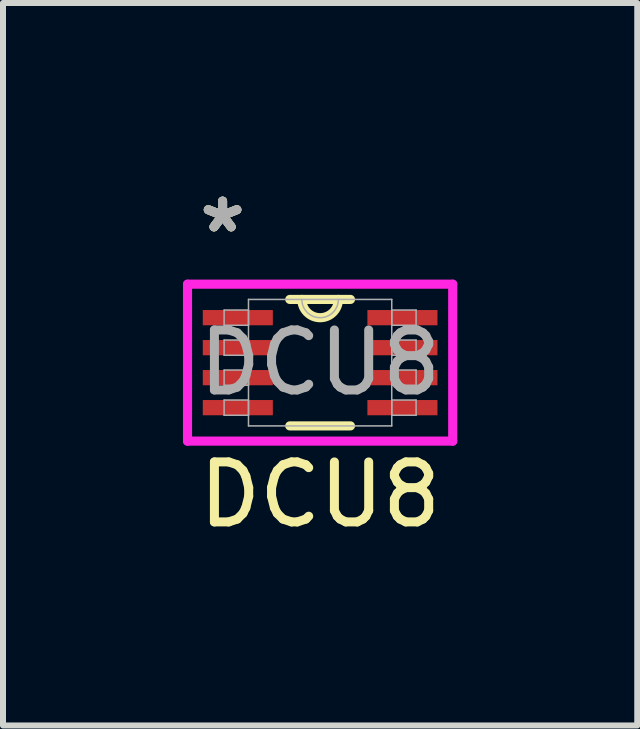
<source format=kicad_pcb>
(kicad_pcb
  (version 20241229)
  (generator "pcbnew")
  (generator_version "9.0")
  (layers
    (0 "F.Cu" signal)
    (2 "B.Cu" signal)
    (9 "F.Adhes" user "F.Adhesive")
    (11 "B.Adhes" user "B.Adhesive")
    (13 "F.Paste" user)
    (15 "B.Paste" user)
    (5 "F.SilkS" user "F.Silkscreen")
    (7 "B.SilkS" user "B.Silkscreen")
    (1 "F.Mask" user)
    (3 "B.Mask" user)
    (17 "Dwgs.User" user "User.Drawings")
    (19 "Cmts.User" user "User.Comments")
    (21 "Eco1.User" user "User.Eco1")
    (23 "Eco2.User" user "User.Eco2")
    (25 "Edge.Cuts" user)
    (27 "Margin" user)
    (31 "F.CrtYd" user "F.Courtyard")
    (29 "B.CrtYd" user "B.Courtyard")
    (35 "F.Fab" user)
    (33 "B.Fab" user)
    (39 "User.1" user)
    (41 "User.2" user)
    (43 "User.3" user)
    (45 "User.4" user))
  (footprint "DCU8"
    (layer "F.Cu")
    (at 2.286 2.995)
    (property "Reference" "DCU8" (at 0 2.2 0) (unlocked yes) (layer "F.SilkS") (effects (font (size 1 1) (thickness 0.15))))
    (attr smd)
    (fp_line (start -0.506 1.054) (end 0.506 1.054) (stroke (width 0.152) (type solid)) (layer "F.SilkS"))
    (fp_line (start 0.506 -1.054) (end -0.506 -1.054) (stroke (width 0.152) (type solid)) (layer "F.SilkS"))
    (fp_arc (start 0.3048 -1.0541) (mid 0 -0.7493) (end -0.3048 -1.0541) (stroke (width 0.1524) (type solid)) (layer "F.SilkS"))
    (fp_line (start -2.21 -1.308) (end 2.21 -1.308) (stroke (width 0.152) (type solid)) (layer "F.CrtYd"))
    (fp_line (start -2.21 1.308) (end -2.21 -1.308) (stroke (width 0.152) (type solid)) (layer "F.CrtYd"))
    (fp_line (start 2.21 -1.308) (end 2.21 1.308) (stroke (width 0.152) (type solid)) (layer "F.CrtYd"))
    (fp_line (start 2.21 1.308) (end -2.21 1.308) (stroke (width 0.152) (type solid)) (layer "F.CrtYd"))
    (fp_line (start -1.6 -0.877) (end -1.6 -0.623) (stroke (width 0.025) (type solid)) (layer "F.Fab"))
    (fp_line (start -1.6 -0.623) (end -1.194 -0.623) (stroke (width 0.025) (type solid)) (layer "F.Fab"))
    (fp_line (start -1.6 -0.377) (end -1.6 -0.123) (stroke (width 0.025) (type solid)) (layer "F.Fab"))
    (fp_line (start -1.6 -0.123) (end -1.194 -0.123) (stroke (width 0.025) (type solid)) (layer "F.Fab"))
    (fp_line (start -1.6 0.123) (end -1.6 0.377) (stroke (width 0.025) (type solid)) (layer "F.Fab"))
    (fp_line (start -1.6 0.377) (end -1.194 0.377) (stroke (width 0.025) (type solid)) (layer "F.Fab"))
    (fp_line (start -1.6 0.623) (end -1.6 0.877) (stroke (width 0.025) (type solid)) (layer "F.Fab"))
    (fp_line (start -1.6 0.877) (end -1.194 0.877) (stroke (width 0.025) (type solid)) (layer "F.Fab"))
    (fp_line (start -1.194 -1.054) (end -1.194 1.054) (stroke (width 0.025) (type solid)) (layer "F.Fab"))
    (fp_line (start -1.194 -0.877) (end -1.6 -0.877) (stroke (width 0.025) (type solid)) (layer "F.Fab"))
    (fp_line (start -1.194 -0.623) (end -1.194 -0.877) (stroke (width 0.025) (type solid)) (layer "F.Fab"))
    (fp_line (start -1.194 -0.377) (end -1.6 -0.377) (stroke (width 0.025) (type solid)) (layer "F.Fab"))
    (fp_line (start -1.194 -0.123) (end -1.194 -0.377) (stroke (width 0.025) (type solid)) (layer "F.Fab"))
    (fp_line (start -1.194 0.123) (end -1.6 0.123) (stroke (width 0.025) (type solid)) (layer "F.Fab"))
    (fp_line (start -1.194 0.377) (end -1.194 0.123) (stroke (width 0.025) (type solid)) (layer "F.Fab"))
    (fp_line (start -1.194 0.623) (end -1.6 0.623) (stroke (width 0.025) (type solid)) (layer "F.Fab"))
    (fp_line (start -1.194 0.877) (end -1.194 0.623) (stroke (width 0.025) (type solid)) (layer "F.Fab"))
    (fp_line (start -1.194 1.054) (end 1.194 1.054) (stroke (width 0.025) (type solid)) (layer "F.Fab"))
    (fp_line (start 1.194 -1.054) (end -1.194 -1.054) (stroke (width 0.025) (type solid)) (layer "F.Fab"))
    (fp_line (start 1.194 -0.877) (end 1.194 -0.623) (stroke (width 0.025) (type solid)) (layer "F.Fab"))
    (fp_line (start 1.194 -0.623) (end 1.6 -0.623) (stroke (width 0.025) (type solid)) (layer "F.Fab"))
    (fp_line (start 1.194 -0.377) (end 1.194 -0.123) (stroke (width 0.025) (type solid)) (layer "F.Fab"))
    (fp_line (start 1.194 -0.123) (end 1.6 -0.123) (stroke (width 0.025) (type solid)) (layer "F.Fab"))
    (fp_line (start 1.194 0.123) (end 1.194 0.377) (stroke (width 0.025) (type solid)) (layer "F.Fab"))
    (fp_line (start 1.194 0.377) (end 1.6 0.377) (stroke (width 0.025) (type solid)) (layer "F.Fab"))
    (fp_line (start 1.194 0.623) (end 1.194 0.877) (stroke (width 0.025) (type solid)) (layer "F.Fab"))
    (fp_line (start 1.194 0.877) (end 1.6 0.877) (stroke (width 0.025) (type solid)) (layer "F.Fab"))
    (fp_line (start 1.194 1.054) (end 1.194 -1.054) (stroke (width 0.025) (type solid)) (layer "F.Fab"))
    (fp_line (start 1.6 -0.877) (end 1.194 -0.877) (stroke (width 0.025) (type solid)) (layer "F.Fab"))
    (fp_line (start 1.6 -0.623) (end 1.6 -0.877) (stroke (width 0.025) (type solid)) (layer "F.Fab"))
    (fp_line (start 1.6 -0.377) (end 1.194 -0.377) (stroke (width 0.025) (type solid)) (layer "F.Fab"))
    (fp_line (start 1.6 -0.123) (end 1.6 -0.377) (stroke (width 0.025) (type solid)) (layer "F.Fab"))
    (fp_line (start 1.6 0.123) (end 1.194 0.123) (stroke (width 0.025) (type solid)) (layer "F.Fab"))
    (fp_line (start 1.6 0.377) (end 1.6 0.123) (stroke (width 0.025) (type solid)) (layer "F.Fab"))
    (fp_line (start 1.6 0.623) (end 1.194 0.623) (stroke (width 0.025) (type solid)) (layer "F.Fab"))
    (fp_line (start 1.6 0.877) (end 1.6 0.623) (stroke (width 0.025) (type solid)) (layer "F.Fab"))
    (fp_arc (start 0.3048 -1.0541) (mid 0 -0.7493) (end -0.3048 -1.0541) (stroke (width 0.0254) (type solid)) (layer "F.Fab"))
    (fp_text user "*" (at -1.626 -2.147 0) (layer "F.SilkS") (effects (font (size 1 1) (thickness 0.15))))
    (fp_text user "*" (at -1.626 -2.147 0) (unlocked yes) (layer "F.SilkS") (effects (font (size 1 1) (thickness 0.15))))
    (fp_text user "${REFERENCE}" (at 0 0 0) (unlocked yes) (layer "F.Fab") (effects (font (size 1 1) (thickness 0.15))))
    (fp_text user "*" (at -1.626 -2.147 0) (layer "F.Fab") (effects (font (size 1 1) (thickness 0.15))))
    (fp_text user "*" (at -1.626 -2.147 0) (unlocked yes) (layer "F.Fab") (effects (font (size 1 1) (thickness 0.15))))
    (pad "1" smd rect (at -1.372 -0.75) (size 1.168 0.254) (layers "F.Cu" "F.Mask" "F.Paste"))
    (pad "2" smd rect (at -1.372 -0.25) (size 1.168 0.254) (layers "F.Cu" "F.Mask" "F.Paste"))
    (pad "3" smd rect (at -1.372 0.25) (size 1.168 0.254) (layers "F.Cu" "F.Mask" "F.Paste"))
    (pad "4" smd rect (at -1.372 0.75) (size 1.168 0.254) (layers "F.Cu" "F.Mask" "F.Paste"))
    (pad "5" smd rect (at 1.372 0.75) (size 1.168 0.254) (layers "F.Cu" "F.Mask" "F.Paste"))
    (pad "6" smd rect (at 1.372 0.25) (size 1.168 0.254) (layers "F.Cu" "F.Mask" "F.Paste"))
    (pad "7" smd rect (at 1.372 -0.25) (size 1.168 0.254) (layers "F.Cu" "F.Mask" "F.Paste"))
    (pad "8" smd rect (at 1.372 -0.75) (size 1.168 0.254) (layers "F.Cu" "F.Mask" "F.Paste")))
  (gr_rect
    (start -3 -3)
    (end 7.572 9.043)
    (stroke (width 0.1) (type default))
    (fill no)
    (layer "Edge.Cuts")))
</source>
